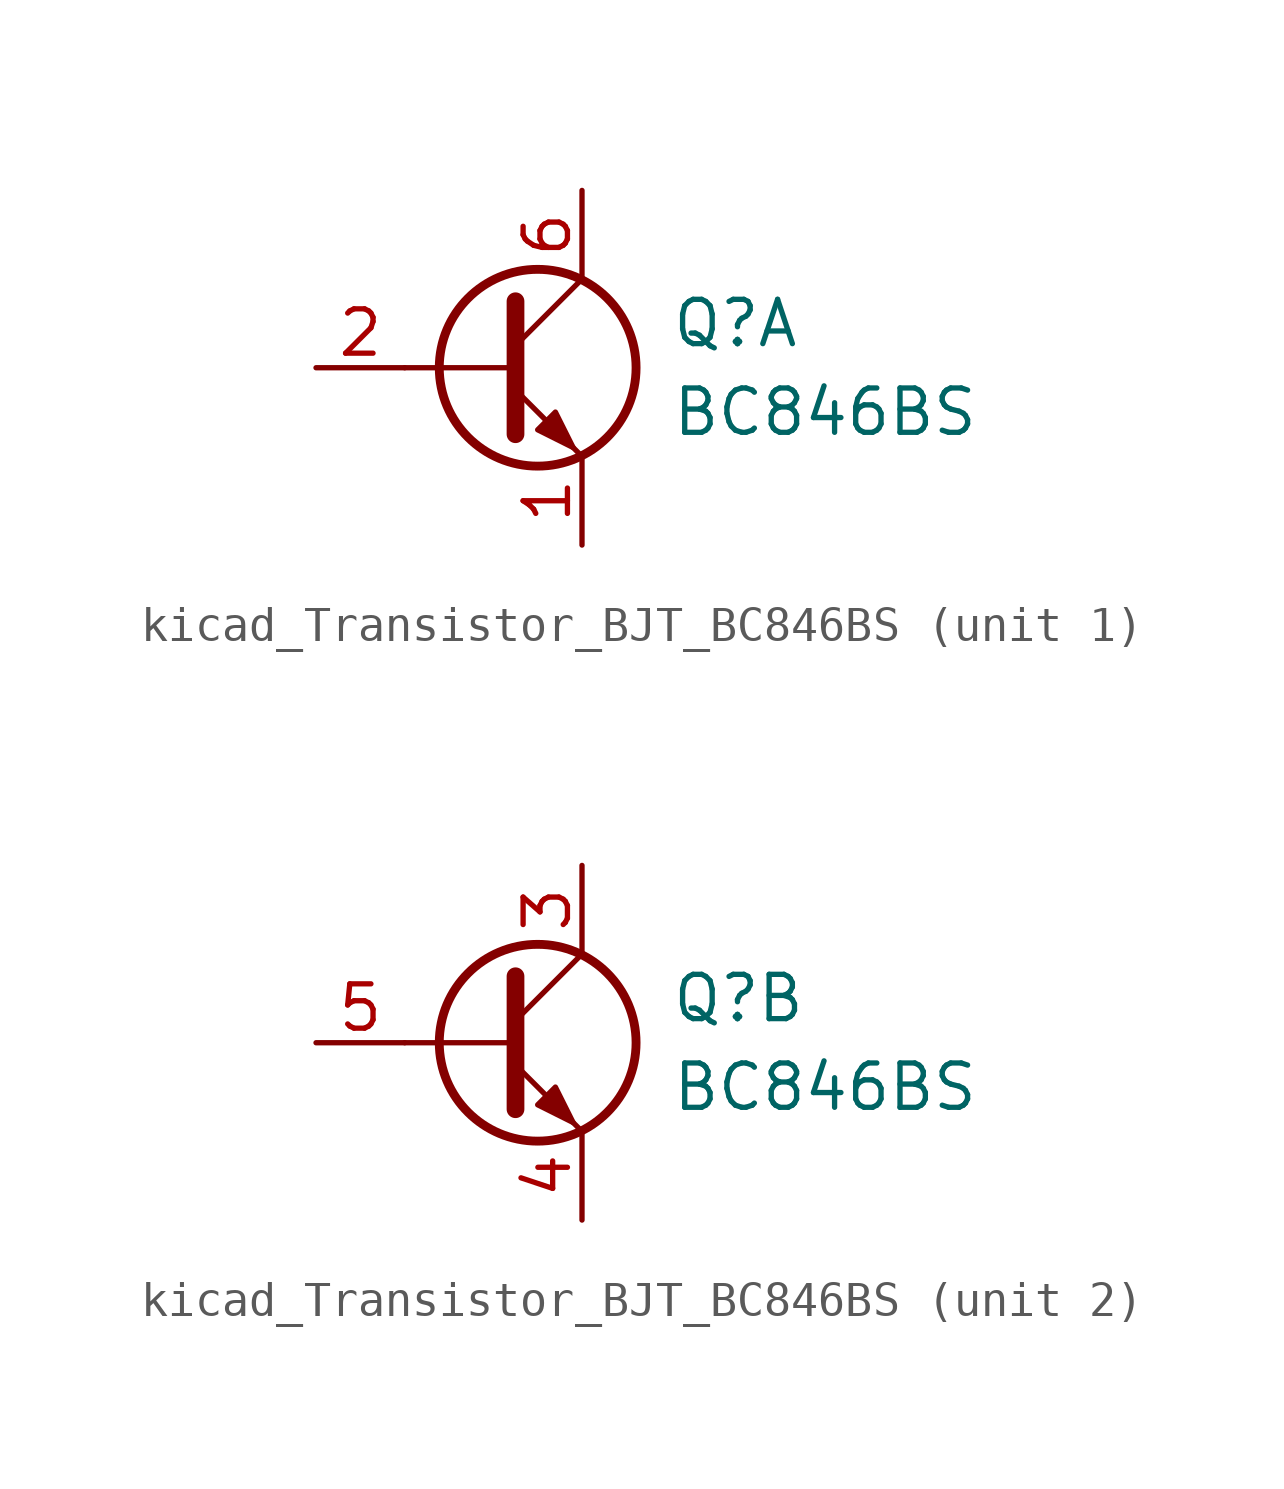
<source format=kicad_sym>
(kicad_symbol_lib
  (version 20220914)
  (generator kicad_symbol_editor)
  (symbol "kicad_Transistor_BJT_BC846BS"
    (pin_names
      (offset 0) hide)
    (property "Reference" "Q"
      (at 5.08 1.27 0)
      (effects (font (size 1.27 1.27)) (justify left)))
    (property "Value" "BC846BS"
      (at 5.08 -1.27 0)
      (effects (font (size 1.27 1.27)) (justify left)))
    (property "ki_locked" ""
      (at 0 0 0)
      (effects (font (size 1.27 1.27))))
    (symbol "kicad_Transistor_BJT_BC846BS_0_1"
      (polyline (pts (xy 0.635 0) (xy -2.54 0)) (stroke (width 0) (type default)) (fill (type none)))
      (polyline (pts (xy 0.635 0.635) (xy 2.54 2.54)) (stroke (width 0) (type default)) (fill (type none)))
      (polyline (pts (xy 0.635 -0.635) (xy 2.54 -2.54) (xy 2.54 -2.54)) (stroke (width 0) (type default)) (fill (type none)))
      (polyline (pts (xy 0.635 1.905) (xy 0.635 -1.905) (xy 0.635 -1.905)) (stroke (width 0.508) (type default)) (fill (type none)))
      (polyline (pts (xy 1.27 -1.778) (xy 1.778 -1.27) (xy 2.286 -2.286) (xy 1.27 -1.778) (xy 1.27 -1.778)) (stroke (width 0) (type default)) (fill (type outline)))
      (circle (center 1.27 0) (radius 2.819) (stroke (width 0.254) (type default)) (fill (type none))))
    (symbol "kicad_Transistor_BJT_BC846BS_1_1"
      (pin passive line (at 2.54 -5.08 90) (length 2.54) (name "E1" (effects (font (size 1.27 1.27)))) (number "1" (effects (font (size 1.27 1.27)))))
      (pin input line (at -5.08 0 0) (length 2.54) (name "B1" (effects (font (size 1.27 1.27)))) (number "2" (effects (font (size 1.27 1.27)))))
      (pin passive line (at 2.54 5.08 270) (length 2.54) (name "C1" (effects (font (size 1.27 1.27)))) (number "6" (effects (font (size 1.27 1.27))))))
    (symbol "kicad_Transistor_BJT_BC846BS_2_1"
      (pin passive line (at 2.54 5.08 270) (length 2.54) (name "C2" (effects (font (size 1.27 1.27)))) (number "3" (effects (font (size 1.27 1.27)))))
      (pin passive line (at 2.54 -5.08 90) (length 2.54) (name "E2" (effects (font (size 1.27 1.27)))) (number "4" (effects (font (size 1.27 1.27)))))
      (pin input line (at -5.08 0 0) (length 2.54) (name "B2" (effects (font (size 1.27 1.27)))) (number "5" (effects (font (size 1.27 1.27))))))))
</source>
